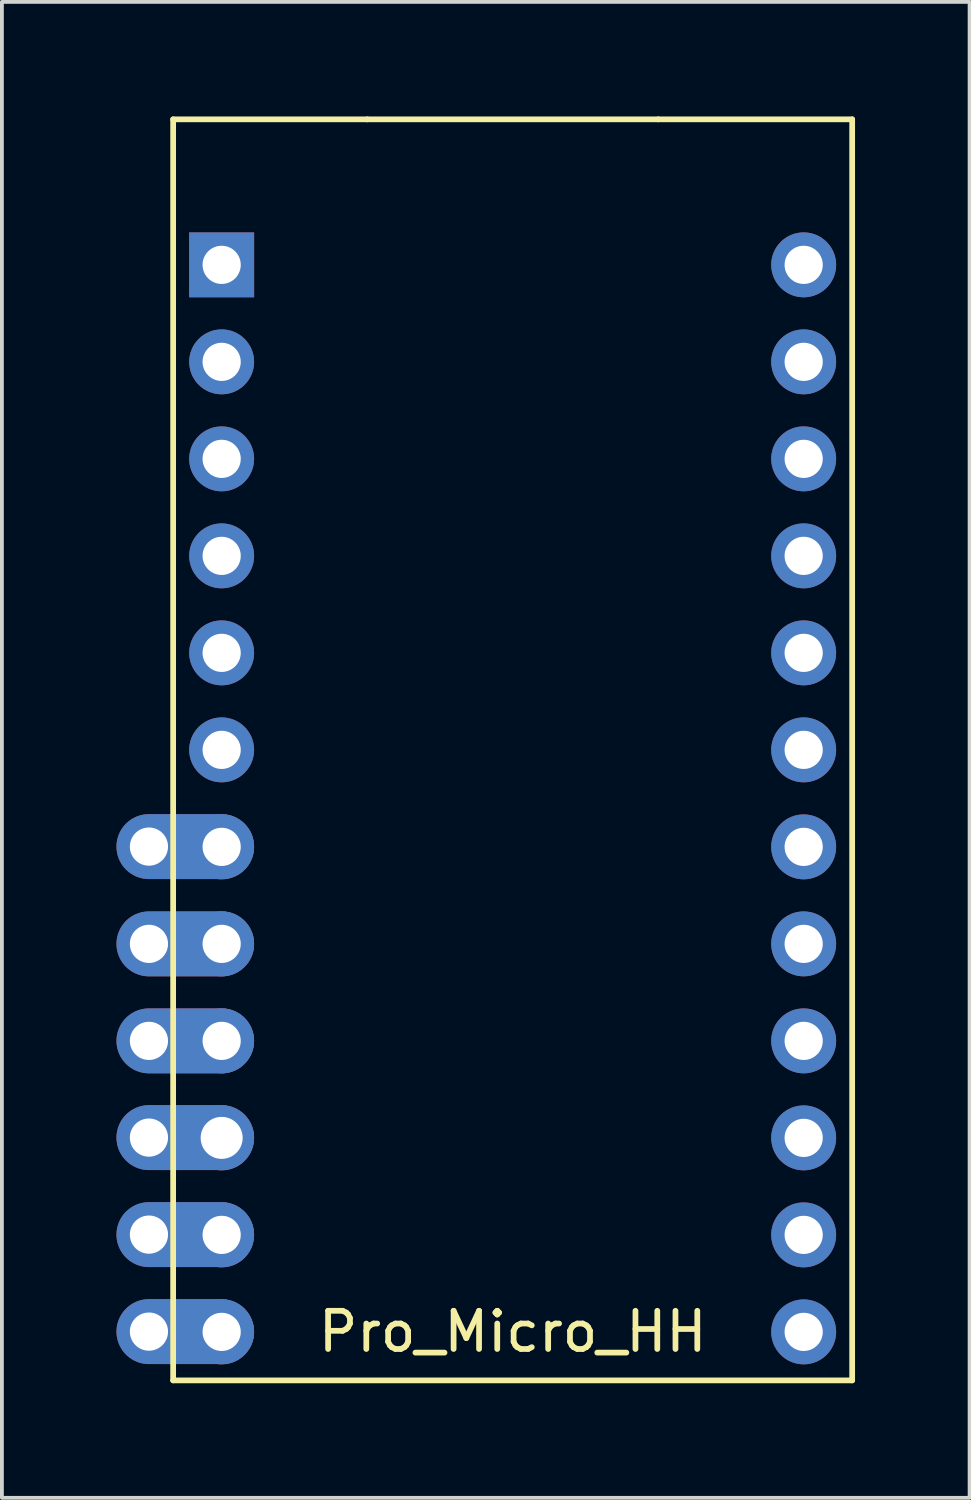
<source format=kicad_pcb>
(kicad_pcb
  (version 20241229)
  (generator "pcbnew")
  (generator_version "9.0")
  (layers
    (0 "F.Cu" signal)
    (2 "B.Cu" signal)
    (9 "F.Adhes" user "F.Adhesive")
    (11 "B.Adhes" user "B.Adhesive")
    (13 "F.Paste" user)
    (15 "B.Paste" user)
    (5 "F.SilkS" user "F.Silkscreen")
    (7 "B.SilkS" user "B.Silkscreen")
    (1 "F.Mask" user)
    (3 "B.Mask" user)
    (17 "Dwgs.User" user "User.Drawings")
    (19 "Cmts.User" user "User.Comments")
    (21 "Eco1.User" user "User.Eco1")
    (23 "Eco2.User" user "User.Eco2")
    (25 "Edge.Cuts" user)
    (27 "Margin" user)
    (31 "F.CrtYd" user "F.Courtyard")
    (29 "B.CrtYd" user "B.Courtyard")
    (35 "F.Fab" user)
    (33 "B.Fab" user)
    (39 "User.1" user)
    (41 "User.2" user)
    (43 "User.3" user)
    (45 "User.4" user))
  (footprint "Pro_Micro_HH"
    (layer "F.Cu")
    (at 2.755 3.878)
    (property "Reference" "Pro_Micro_HH" (at 7.62 27.94 0) (layer "F.SilkS") (effects (font (size 1 1) (thickness 0.15))))
    (attr through_hole)
    (fp_line (start -1.271 -3.803) (end 3.809 -3.803) (stroke (width 0.15) (type solid)) (layer "F.SilkS"))
    (fp_line (start -1.271 29.217) (end -1.271 -3.803) (stroke (width 0.15) (type solid)) (layer "F.SilkS"))
    (fp_line (start 3.809 -3.803) (end 11.429 -3.803) (stroke (width 0.15) (type solid)) (layer "F.SilkS"))
    (fp_line (start 11.429 -3.803) (end 16.509 -3.803) (stroke (width 0.15) (type solid)) (layer "F.SilkS"))
    (fp_line (start 16.509 -3.803) (end 16.509 29.217) (stroke (width 0.15) (type solid)) (layer "F.SilkS"))
    (fp_line (start 16.509 29.217) (end -1.271 29.217) (stroke (width 0.15) (type solid)) (layer "F.SilkS"))
    (pad "1" thru_hole rect (at -0.001 0.007 270) (size 1.7 1.7) (drill 1) (layers "*.Cu" "*.Mask"))
    (pad "2" thru_hole circle (at -0.001 2.547 270) (size 1.7 1.7) (drill 1) (layers "*.Cu" "*.Mask"))
    (pad "3" thru_hole circle (at -0.001 5.087 270) (size 1.7 1.7) (drill 1) (layers "*.Cu" "*.Mask"))
    (pad "4" thru_hole circle (at -0.001 7.627 270) (size 1.7 1.7) (drill 1) (layers "*.Cu" "*.Mask"))
    (pad "5" thru_hole circle (at -0.001 10.167 270) (size 1.7 1.7) (drill 1) (layers "*.Cu" "*.Mask"))
    (pad "6" thru_hole circle (at -0.001 12.707 270) (size 1.7 1.7) (drill 1) (layers "*.Cu" "*.Mask"))
    (pad "7" thru_hole oval (at -1.905 15.24 180) (size 3.6 1.7) (drill oval 1 (offset -0.95 0)) (layers "*.Cu" "*.Mask"))
    (pad "7" thru_hole circle (at -0.001 15.247 270) (size 1.7 1.7) (drill 1) (layers "*.Cu" "*.Mask"))
    (pad "8" thru_hole oval (at -1.905 17.787 180) (size 3.6 1.7) (drill oval 1 (offset -0.95 0)) (layers "*.Cu" "*.Mask"))
    (pad "8" thru_hole circle (at -0.001 17.787 270) (size 1.7 1.7) (drill 1) (layers "*.Cu" "*.Mask"))
    (pad "9" thru_hole oval (at -1.905 20.327 180) (size 3.6 1.7) (drill oval 1 (offset -0.95 0)) (layers "*.Cu" "*.Mask"))
    (pad "9" thru_hole circle (at -0.001 20.327 270) (size 1.7 1.7) (drill 1) (layers "*.Cu" "*.Mask"))
    (pad "10" thru_hole oval (at -1.905 22.86 180) (size 3.6 1.7) (drill oval 1 (offset -0.95 0)) (layers "*.Cu" "*.Mask"))
    (pad "10" thru_hole circle (at -0.001 22.867 270) (size 1.7 1.7) (drill 1.1) (layers "*.Cu" "*.Mask"))
    (pad "11" thru_hole oval (at -1.905 25.4 180) (size 3.6 1.7) (drill oval 1 (offset -0.95 0)) (layers "*.Cu" "*.Mask"))
    (pad "11" thru_hole circle (at -0.001 25.407 270) (size 1.7 1.7) (drill 1) (layers "*.Cu" "*.Mask"))
    (pad "12" thru_hole oval (at -1.905 27.94 180) (size 3.6 1.7) (drill oval 1 (offset -0.95 0)) (layers "*.Cu" "*.Mask"))
    (pad "12" thru_hole circle (at -0.001 27.947 270) (size 1.7 1.7) (drill 1) (layers "*.Cu" "*.Mask"))
    (pad "13" thru_hole circle (at 15.239 27.947 270) (size 1.7 1.7) (drill 1) (layers "*.Cu" "*.Mask"))
    (pad "14" thru_hole circle (at 15.239 25.407 270) (size 1.7 1.7) (drill 1) (layers "*.Cu" "*.Mask"))
    (pad "15" thru_hole circle (at 15.239 22.867 270) (size 1.7 1.7) (drill 1) (layers "*.Cu" "*.Mask"))
    (pad "16" thru_hole circle (at 15.239 20.327 270) (size 1.7 1.7) (drill 1) (layers "*.Cu" "*.Mask"))
    (pad "17" thru_hole circle (at 15.239 17.787 270) (size 1.7 1.7) (drill 1) (layers "*.Cu" "*.Mask"))
    (pad "18" thru_hole circle (at 15.239 15.247 270) (size 1.7 1.7) (drill 1) (layers "*.Cu" "*.Mask"))
    (pad "19" thru_hole circle (at 15.239 12.707 270) (size 1.7 1.7) (drill 1) (layers "*.Cu" "*.Mask"))
    (pad "20" thru_hole circle (at 15.239 10.167 270) (size 1.7 1.7) (drill 1) (layers "*.Cu" "*.Mask"))
    (pad "21" thru_hole circle (at 15.239 7.627 270) (size 1.7 1.7) (drill 1) (layers "*.Cu" "*.Mask"))
    (pad "22" thru_hole circle (at 15.239 5.087 270) (size 1.7 1.7) (drill 1) (layers "*.Cu" "*.Mask"))
    (pad "23" thru_hole circle (at 15.239 2.547 270) (size 1.7 1.7) (drill 1) (layers "*.Cu" "*.Mask"))
    (pad "24" thru_hole circle (at 15.239 0.007 270) (size 1.7 1.7) (drill 1) (layers "*.Cu" "*.Mask")))
  (gr_rect
    (start -3 -3)
    (end 22.339 36.17)
    (stroke (width 0.1) (type default))
    (fill no)
    (layer "Edge.Cuts")))
</source>
